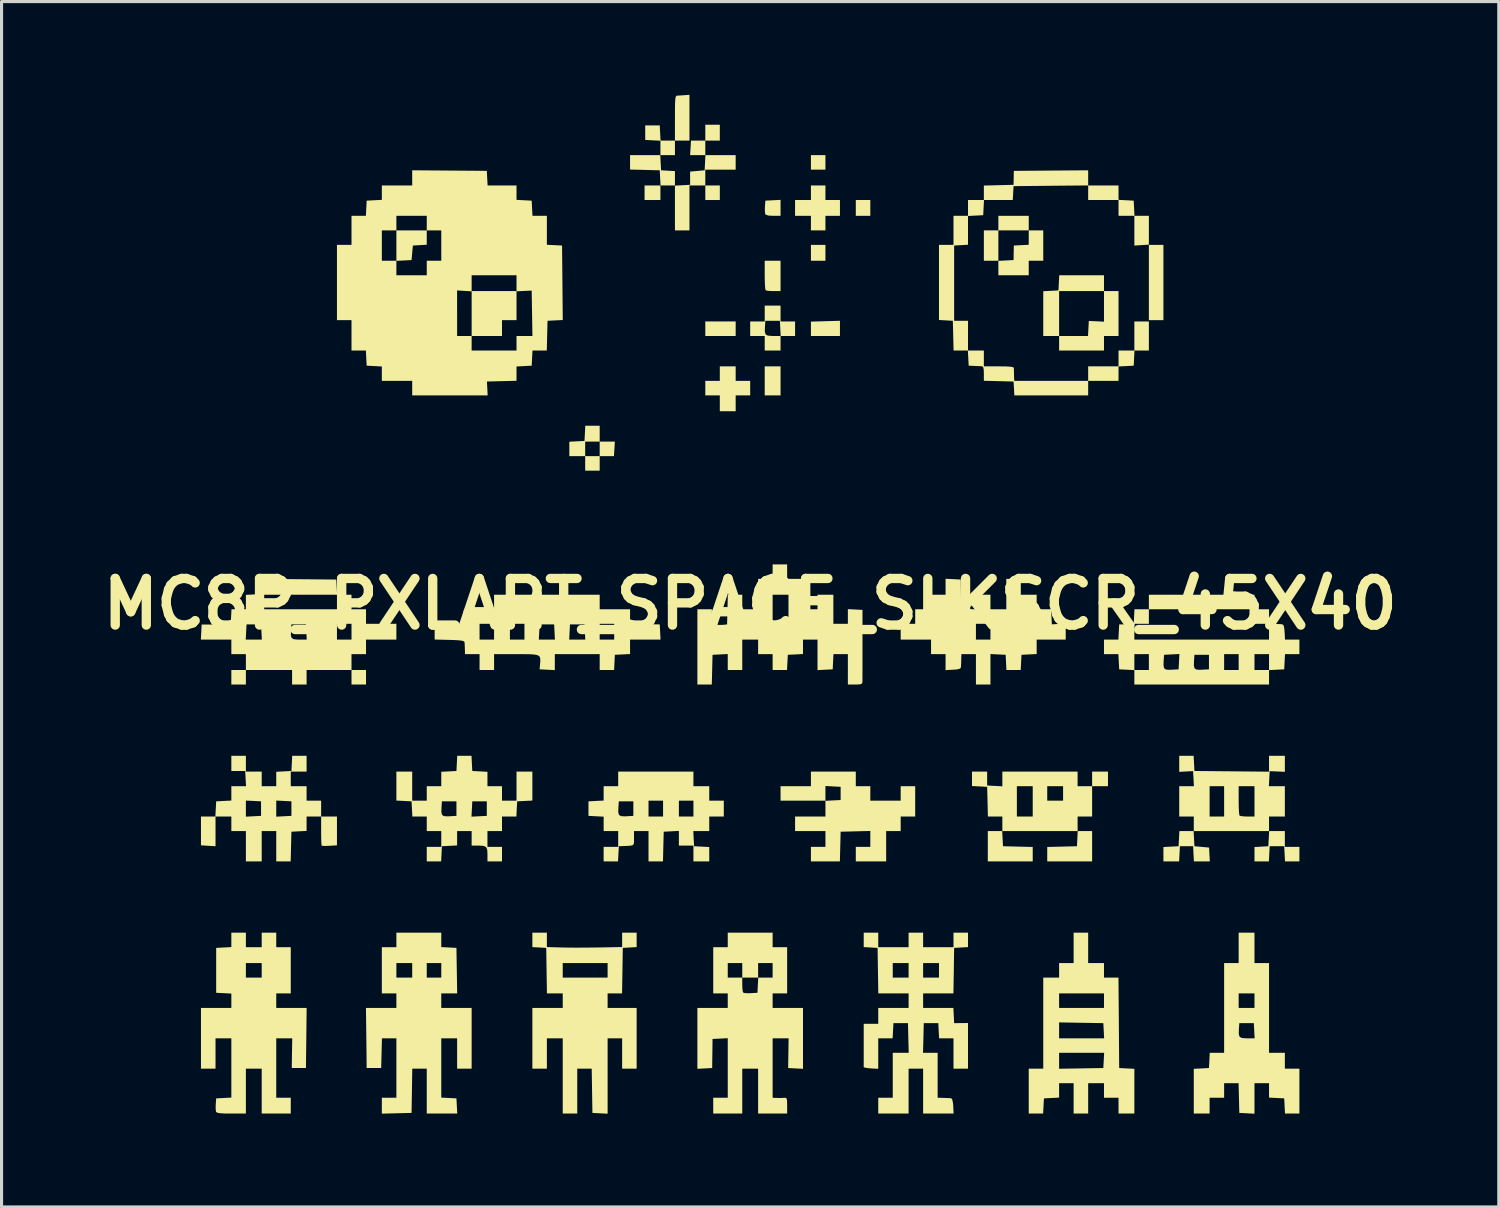
<source format=kicad_pcb>
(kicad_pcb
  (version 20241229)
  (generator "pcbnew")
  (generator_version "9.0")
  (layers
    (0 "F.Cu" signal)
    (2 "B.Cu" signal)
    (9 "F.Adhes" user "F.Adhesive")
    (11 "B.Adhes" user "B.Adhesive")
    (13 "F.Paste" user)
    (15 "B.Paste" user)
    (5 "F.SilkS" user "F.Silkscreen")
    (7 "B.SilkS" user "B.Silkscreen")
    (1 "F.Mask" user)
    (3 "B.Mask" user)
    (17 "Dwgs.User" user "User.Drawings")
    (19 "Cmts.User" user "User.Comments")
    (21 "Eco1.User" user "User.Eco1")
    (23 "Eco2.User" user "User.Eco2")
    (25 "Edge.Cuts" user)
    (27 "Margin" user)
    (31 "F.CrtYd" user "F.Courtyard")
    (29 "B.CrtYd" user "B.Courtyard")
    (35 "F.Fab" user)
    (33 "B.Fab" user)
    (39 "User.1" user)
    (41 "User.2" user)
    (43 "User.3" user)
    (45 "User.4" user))
  (footprint "MC8P_PXLART_SPACE_SLKSCR_45X40"
    (layer "F.Cu")
    (at 21.086 16.382)
    (property "Reference" "MC8P_PXLART_SPACE_SLKSCR_45X40" (at 0 0 0) (layer "F.SilkS") (effects (font (size 1.5 1.5) (thickness 0.3))))
    (attr board_only exclude_from_pos_files exclude_from_bom)
    (fp_poly (pts (xy -12.36 2.357) (xy -12.36 2.591) (xy -12.594 2.591) (xy -12.827 2.591) (xy -12.827 2.357) (xy -12.827 2.124) (xy -12.594 2.124) (xy -12.36 2.124)) (stroke (width 0) (type solid)) (fill yes) (layer "F.SilkS"))
    (fp_poly (pts (xy -2.888 -13.231) (xy -2.888 -12.997) (xy -3.143 -12.997) (xy -3.398 -12.997) (xy -3.398 -13.231) (xy -3.398 -13.465) (xy -3.141 -13.465) (xy -2.888 -13.465)) (stroke (width 0) (type solid)) (fill yes) (layer "F.SilkS"))
    (fp_poly (pts (xy -0.977 -13.231) (xy -0.977 -12.997) (xy -1.211 -12.997) (xy -1.444 -12.997) (xy -1.444 -13.231) (xy -1.444 -13.465) (xy -1.211 -13.465) (xy -0.977 -13.465)) (stroke (width 0) (type solid)) (fill yes) (layer "F.SilkS"))
    (fp_poly (pts (xy -0.467 -8.856) (xy -0.467 -8.622) (xy -0.956 -8.622) (xy -1.444 -8.622) (xy -1.444 -8.856) (xy -1.444 -9.09) (xy -0.956 -9.09) (xy -0.467 -9.09)) (stroke (width 0) (type solid)) (fill yes) (layer "F.SilkS"))
    (fp_poly (pts (xy 0.977 -7.178) (xy 0.977 -6.711) (xy 0.722 -6.711) (xy 0.467 -6.711) (xy 0.467 -7.178) (xy 0.467 -7.645) (xy 0.722 -7.645) (xy 0.977 -7.645)) (stroke (width 0) (type solid)) (fill yes) (layer "F.SilkS"))
    (fp_poly (pts (xy 2.421 -14.208) (xy 2.421 -13.974) (xy 2.187 -13.974) (xy 1.954 -13.974) (xy 1.954 -14.208) (xy 1.954 -14.441) (xy 2.187 -14.441) (xy 2.421 -14.441)) (stroke (width 0) (type solid)) (fill yes) (layer "F.SilkS"))
    (fp_poly (pts (xy 2.421 -11.298) (xy 2.421 -11.043) (xy 2.187 -11.043) (xy 1.954 -11.043) (xy 1.954 -11.298) (xy 1.954 -11.553) (xy 2.187 -11.553) (xy 2.421 -11.553)) (stroke (width 0) (type solid)) (fill yes) (layer "F.SilkS"))
    (fp_poly (pts (xy 2.888 -8.867) (xy 2.888 -8.622) (xy 2.421 -8.622) (xy 1.954 -8.622) (xy 1.954 -8.853) (xy 1.954 -9.084) (xy 2.421 -9.098) (xy 2.888 -9.111)) (stroke (width 0) (type solid)) (fill yes) (layer "F.SilkS"))
    (fp_poly (pts (xy 3.865 -12.742) (xy 3.865 -12.488) (xy 3.632 -12.488) (xy 3.398 -12.488) (xy 3.398 -12.742) (xy 3.398 -12.997) (xy 3.632 -12.997) (xy 3.865 -12.997)) (stroke (width 0) (type solid)) (fill yes) (layer "F.SilkS"))
    (fp_poly (pts (xy 13.295 -10.343) (xy 13.295 -9.132) (xy 13.061 -9.132) (xy 12.827 -9.132) (xy 12.827 -10.347) (xy 12.827 -11.553) (xy 13.061 -11.553) (xy 13.295 -11.553)) (stroke (width 0) (type solid)) (fill yes) (layer "F.SilkS"))
    (fp_poly (pts (xy -10.406 -11.789) (xy -10.406 -11.558) (xy -10.629 -11.545) (xy -10.852 -11.532) (xy -10.874 -11.298) (xy -10.895 -11.065) (xy -11.139 -11.052) (xy -11.383 -11.039) (xy -11.383 -11.53) (xy -11.383 -12.02) (xy -10.895 -12.02) (xy -10.406 -12.02)) (stroke (width 0) (type solid)) (fill yes) (layer "F.SilkS"))
    (fp_poly (pts (xy -7.518 -9.599) (xy -7.518 -9.132) (xy -7.752 -9.132) (xy -7.985 -9.132) (xy -7.985 -8.877) (xy -7.985 -8.622) (xy -8.474 -8.622) (xy -8.962 -8.622) (xy -8.962 -9.344) (xy -8.962 -10.067) (xy -8.24 -10.067) (xy -7.518 -10.067)) (stroke (width 0) (type solid)) (fill yes) (layer "F.SilkS"))
    (fp_poly (pts (xy 0.977 -12.745) (xy 0.977 -12.488) (xy 0.742 -12.488) (xy 0.582 -12.497) (xy 0.498 -12.528) (xy 0.484 -12.546) (xy 0.473 -12.623) (xy 0.473 -12.745) (xy 0.475 -12.791) (xy 0.488 -12.976) (xy 0.733 -12.989) (xy 0.977 -13.002)) (stroke (width 0) (type solid)) (fill yes) (layer "F.SilkS"))
    (fp_poly (pts (xy 8.121 7.55) (xy 8.134 7.794) (xy 8.612 7.806) (xy 9.09 7.818) (xy 9.09 8.05) (xy 9.09 8.283) (xy 8.368 8.283) (xy 7.645 8.283) (xy 7.645 7.794) (xy 7.645 7.306) (xy 7.879 7.306) (xy 8.108 7.306)) (stroke (width 0) (type solid)) (fill yes) (layer "F.SilkS"))
    (fp_poly (pts (xy 11.001 7.794) (xy 11.001 8.283) (xy 10.279 8.283) (xy 9.557 8.283) (xy 9.557 8.05) (xy 9.557 7.818) (xy 10.035 7.806) (xy 10.513 7.794) (xy 10.525 7.55) (xy 10.538 7.306) (xy 10.767 7.306) (xy 11.001 7.306)) (stroke (width 0) (type solid)) (fill yes) (layer "F.SilkS"))
    (fp_poly (pts (xy -13.295 7.302) (xy -13.295 7.765) (xy -13.532 7.78) (xy -13.665 7.785) (xy -13.758 7.782) (xy -13.787 7.776) (xy -13.794 7.729) (xy -13.8 7.615) (xy -13.803 7.453) (xy -13.804 7.299) (xy -13.804 6.838) (xy -13.549 6.838) (xy -13.295 6.838)) (stroke (width 0) (type solid)) (fill yes) (layer "F.SilkS"))
    (fp_poly (pts (xy 0.977 -10.555) (xy 0.977 -10.067) (xy 0.75 -10.067) (xy 0.618 -10.071) (xy 0.523 -10.084) (xy 0.496 -10.095) (xy 0.484 -10.147) (xy 0.475 -10.264) (xy 0.469 -10.43) (xy 0.467 -10.583) (xy 0.467 -11.043) (xy 0.722 -11.043) (xy 0.977 -11.043)) (stroke (width 0) (type solid)) (fill yes) (layer "F.SilkS"))
    (fp_poly (pts (xy -2.88 -14.197) (xy -2.867 -13.953) (xy -2.644 -13.94) (xy -2.421 -13.927) (xy -2.421 -13.694) (xy -2.421 -13.465) (xy -2.655 -13.465) (xy -2.884 -13.465) (xy -2.897 -13.709) (xy -2.91 -13.953) (xy -3.387 -13.965) (xy -3.865 -13.977) (xy -3.865 -14.209) (xy -3.865 -14.441) (xy -3.377 -14.441) (xy -2.893 -14.441)) (stroke (width 0) (type solid)) (fill yes) (layer "F.SilkS"))
    (fp_poly (pts (xy 8.962 -12.254) (xy 8.962 -12.02) (xy 8.474 -12.02) (xy 7.985 -12.02) (xy 7.985 -11.53) (xy 7.985 -11.043) (xy 7.752 -11.043) (xy 7.518 -11.043) (xy 7.518 -11.532) (xy 7.518 -12.02) (xy 7.752 -12.02) (xy 7.985 -12.02) (xy 7.985 -12.254) (xy 7.985 -12.488) (xy 8.474 -12.488) (xy 8.962 -12.488)) (stroke (width 0) (type solid)) (fill yes) (layer "F.SilkS"))
    (fp_poly (pts (xy 9.429 -11.532) (xy 9.429 -11.043) (xy 9.196 -11.043) (xy 8.962 -11.043) (xy 8.962 -10.81) (xy 8.962 -10.576) (xy 8.474 -10.576) (xy 7.985 -10.576) (xy 7.985 -10.81) (xy 7.985 -11.039) (xy 8.23 -11.052) (xy 8.474 -11.065) (xy 8.478 -11.298) (xy 8.482 -11.532) (xy 8.722 -11.545) (xy 8.962 -11.557) (xy 8.962 -11.789) (xy 8.962 -12.02) (xy 9.196 -12.02) (xy 9.429 -12.02)) (stroke (width 0) (type solid)) (fill yes) (layer "F.SilkS"))
    (fp_poly (pts (xy -0.467 -7.412) (xy -0.467 -7.178) (xy -0.234 -7.178) (xy -0.000001 -7.178) (xy -0.000001 -6.945) (xy -0.000001 -6.711) (xy -0.234 -6.711) (xy -0.467 -6.711) (xy -0.467 -6.456) (xy -0.467 -6.201) (xy -0.722 -6.201) (xy -0.977 -6.201) (xy -0.977 -6.456) (xy -0.977 -6.711) (xy -1.211 -6.711) (xy -1.444 -6.711) (xy -1.444 -6.945) (xy -1.444 -7.178) (xy -1.211 -7.178) (xy -0.977 -7.178) (xy -0.977 -7.412) (xy -0.977 -7.645) (xy -0.722 -7.645) (xy -0.467 -7.645)) (stroke (width 0) (type solid)) (fill yes) (layer "F.SilkS"))
    (fp_poly (pts (xy 2.421 -13.231) (xy 2.421 -12.997) (xy 2.655 -12.997) (xy 2.888 -12.997) (xy 2.888 -12.742) (xy 2.888 -12.488) (xy 2.655 -12.488) (xy 2.421 -12.488) (xy 2.421 -12.254) (xy 2.421 -12.02) (xy 2.187 -12.02) (xy 1.954 -12.02) (xy 1.954 -12.254) (xy 1.954 -12.488) (xy 1.699 -12.488) (xy 1.444 -12.488) (xy 1.444 -12.742) (xy 1.444 -12.997) (xy 1.699 -12.997) (xy 1.954 -12.997) (xy 1.954 -13.231) (xy 1.954 -13.465) (xy 2.187 -13.465) (xy 2.421 -13.465)) (stroke (width 0) (type solid)) (fill yes) (layer "F.SilkS"))
    (fp_poly (pts (xy 14.28 7.55) (xy 14.293 7.794) (xy 14.529 7.815) (xy 14.764 7.837) (xy 14.776 8.06) (xy 14.788 8.283) (xy 14.532 8.283) (xy 14.276 8.283) (xy 14.263 8.038) (xy 14.25 7.794) (xy 14.038 7.794) (xy 13.826 7.794) (xy 13.813 8.038) (xy 13.8 8.283) (xy 13.547 8.283) (xy 13.295 8.283) (xy 13.295 8.051) (xy 13.295 7.82) (xy 13.539 7.807) (xy 13.783 7.794) (xy 13.796 7.55) (xy 13.809 7.306) (xy 14.04 7.306) (xy 14.267 7.306)) (stroke (width 0) (type solid)) (fill yes) (layer "F.SilkS"))
    (fp_poly (pts (xy 17.202 7.561) (xy 17.202 7.815) (xy 17.436 7.815) (xy 17.67 7.815) (xy 17.67 8.049) (xy 17.67 8.283) (xy 17.438 8.283) (xy 17.207 8.283) (xy 17.194 8.038) (xy 17.181 7.794) (xy 16.947 7.794) (xy 16.714 7.794) (xy 16.701 8.038) (xy 16.688 8.283) (xy 16.457 8.283) (xy 16.225 8.283) (xy 16.225 8.051) (xy 16.225 7.82) (xy 16.448 7.807) (xy 16.671 7.794) (xy 16.684 7.55) (xy 16.697 7.306) (xy 16.947 7.306) (xy 17.202 7.306)) (stroke (width 0) (type solid)) (fill yes) (layer "F.SilkS"))
    (fp_poly (pts (xy -1.954 -15.645) (xy -1.954 -14.909) (xy -2.187 -14.909) (xy -2.421 -14.909) (xy -2.421 -14.675) (xy -2.421 -14.441) (xy -2.657 -14.441) (xy -2.888 -14.441) (xy -2.888 -14.673) (xy -2.888 -14.904) (xy -3.133 -14.917) (xy -3.377 -14.93) (xy -3.377 -15.164) (xy -3.377 -15.397) (xy -3.143 -15.397) (xy -2.91 -15.397) (xy -2.897 -15.153) (xy -2.884 -14.909) (xy -2.653 -14.909) (xy -2.421 -14.909) (xy -2.421 -15.631) (xy -2.42 -15.895) (xy -2.418 -16.086) (xy -2.411 -16.216) (xy -2.401 -16.296) (xy -2.384 -16.338) (xy -2.361 -16.354) (xy -2.347 -16.355) (xy -2.255 -16.36) (xy -2.13 -16.369) (xy -2.113 -16.37) (xy -1.954 -16.382)) (stroke (width 0) (type solid)) (fill yes) (layer "F.SilkS"))
    (fp_poly (pts (xy -4.842 -5.479) (xy -4.842 -5.224) (xy -4.598 -5.224) (xy -4.354 -5.225) (xy -4.368 -4.991) (xy -4.383 -4.757) (xy -4.612 -4.757) (xy -4.842 -4.757) (xy -4.842 -4.524) (xy -4.842 -4.29) (xy -5.076 -4.29) (xy -5.309 -4.29) (xy -5.309 -4.524) (xy -5.309 -4.757) (xy -5.564 -4.757) (xy -5.819 -4.757) (xy -5.819 -4.989) (xy -5.819 -4.991) (xy -5.309 -4.991) (xy -5.309 -4.757) (xy -5.076 -4.757) (xy -4.842 -4.757) (xy -4.842 -4.991) (xy -4.842 -5.224) (xy -5.076 -5.224) (xy -5.309 -5.224) (xy -5.309 -4.991) (xy -5.819 -4.991) (xy -5.819 -5.22) (xy -5.575 -5.233) (xy -5.331 -5.246) (xy -5.318 -5.49) (xy -5.305 -5.734) (xy -5.074 -5.734) (xy -4.842 -5.734)) (stroke (width 0) (type solid)) (fill yes) (layer "F.SilkS"))
    (fp_poly (pts (xy 0.977 -9.344) (xy 0.977 -9.09) (xy 1.211 -9.09) (xy 1.444 -9.09) (xy 1.444 -8.856) (xy 1.444 -8.622) (xy 1.211 -8.622) (xy 0.981 -8.622) (xy 0.968 -8.867) (xy 0.956 -9.111) (xy 0.722 -9.111) (xy 0.488 -9.111) (xy 0.475 -8.925) (xy 0.47 -8.769) (xy 0.494 -8.678) (xy 0.563 -8.635) (xy 0.692 -8.623) (xy 0.744 -8.622) (xy 0.977 -8.622) (xy 0.977 -8.389) (xy 0.977 -8.155) (xy 0.722 -8.155) (xy 0.467 -8.155) (xy 0.467 -8.389) (xy 0.467 -8.622) (xy 0.234 -8.622) (xy -0.000001 -8.622) (xy -0.000001 -8.856) (xy -0.000001 -9.09) (xy 0.234 -9.09) (xy 0.467 -9.09) (xy 0.467 -9.344) (xy 0.467 -9.599) (xy 0.722 -9.599) (xy 0.977 -9.599)) (stroke (width 0) (type solid)) (fill yes) (layer "F.SilkS"))
    (fp_poly (pts (xy 11.383 -10.321) (xy 11.383 -10.067) (xy 10.661 -10.067) (xy 9.939 -10.067) (xy 9.939 -9.344) (xy 9.939 -8.622) (xy 10.404 -8.622) (xy 10.869 -8.622) (xy 10.882 -8.864) (xy 10.895 -9.106) (xy 11.139 -9.095) (xy 11.383 -9.083) (xy 11.383 -9.575) (xy 11.383 -10.067) (xy 11.617 -10.067) (xy 11.851 -10.067) (xy 11.851 -9.344) (xy 11.851 -8.622) (xy 11.617 -8.622) (xy 11.383 -8.622) (xy 11.383 -8.389) (xy 11.383 -8.155) (xy 10.661 -8.155) (xy 9.939 -8.155) (xy 9.939 -8.389) (xy 9.939 -8.622) (xy 9.684 -8.622) (xy 9.429 -8.622) (xy 9.429 -9.342) (xy 9.429 -10.062) (xy 9.674 -10.075) (xy 9.918 -10.088) (xy 9.931 -10.332) (xy 9.943 -10.576) (xy 10.663 -10.576) (xy 11.383 -10.576)) (stroke (width 0) (type solid)) (fill yes) (layer "F.SilkS"))
    (fp_poly (pts (xy -0.977 -15.164) (xy -0.977 -14.909) (xy -1.211 -14.909) (xy -1.444 -14.909) (xy -1.444 -14.675) (xy -1.444 -14.441) (xy -0.956 -14.441) (xy -0.467 -14.441) (xy -0.467 -14.208) (xy -0.467 -13.974) (xy -0.956 -13.974) (xy -1.444 -13.974) (xy -1.444 -13.719) (xy -1.444 -13.465) (xy -1.699 -13.465) (xy -1.954 -13.465) (xy -1.954 -12.742) (xy -1.954 -12.02) (xy -2.187 -12.02) (xy -2.421 -12.02) (xy -2.421 -12.742) (xy -2.421 -13.46) (xy -2.177 -13.473) (xy -1.933 -13.486) (xy -1.933 -13.698) (xy -1.933 -13.911) (xy -1.699 -13.932) (xy -1.465 -13.953) (xy -1.453 -14.197) (xy -1.44 -14.441) (xy -1.686 -14.441) (xy -1.933 -14.441) (xy -1.918 -14.675) (xy -1.904 -14.909) (xy -1.674 -14.909) (xy -1.444 -14.909) (xy -1.444 -15.164) (xy -1.444 -15.418) (xy -1.211 -15.418) (xy -0.977 -15.418)) (stroke (width 0) (type solid)) (fill yes) (layer "F.SilkS"))
    (fp_poly (pts (xy 7.624 5.617) (xy 7.624 5.84) (xy 7.868 5.853) (xy 8.113 5.866) (xy 8.113 5.63) (xy 8.113 5.394) (xy 9.323 5.394) (xy 10.534 5.394) (xy 10.534 5.628) (xy 10.534 5.862) (xy 10.767 5.862) (xy 11.001 5.862) (xy 11.001 5.628) (xy 11.001 5.394) (xy 11.256 5.394) (xy 11.511 5.394) (xy 11.511 5.628) (xy 11.511 5.862) (xy 11.256 5.862) (xy 11.001 5.862) (xy 11.001 6.35) (xy 11.001 6.838) (xy 10.767 6.838) (xy 10.534 6.838) (xy 10.534 7.072) (xy 10.534 7.306) (xy 9.323 7.306) (xy 8.113 7.306) (xy 8.113 7.072) (xy 8.113 6.838) (xy 7.88 6.838) (xy 7.648 6.838) (xy 7.636 6.361) (xy 7.636 6.35) (xy 8.58 6.35) (xy 8.58 6.838) (xy 8.835 6.838) (xy 9.09 6.838) (xy 9.09 6.35) (xy 9.09 6.095) (xy 9.557 6.095) (xy 9.557 6.329) (xy 9.812 6.329) (xy 10.067 6.329) (xy 10.067 6.095) (xy 10.067 5.862) (xy 9.812 5.862) (xy 9.557 5.862) (xy 9.557 6.095) (xy 9.09 6.095) (xy 9.09 5.862) (xy 8.835 5.862) (xy 8.58 5.862) (xy 8.58 6.35) (xy 7.636 6.35) (xy 7.624 5.883) (xy 7.38 5.87) (xy 7.136 5.857) (xy 7.136 5.626) (xy 7.136 5.394) (xy 7.38 5.394) (xy 7.624 5.394)) (stroke (width 0) (type solid)) (fill yes) (layer "F.SilkS"))
    (fp_poly (pts (xy 14.28 5.129) (xy 14.293 5.373) (xy 15.493 5.384) (xy 16.693 5.396) (xy 16.693 5.14) (xy 16.693 4.885) (xy 16.947 4.885) (xy 17.202 4.885) (xy 17.202 5.143) (xy 17.202 5.4) (xy 16.958 5.389) (xy 16.714 5.378) (xy 16.701 5.62) (xy 16.688 5.862) (xy 16.945 5.862) (xy 17.202 5.862) (xy 17.202 6.35) (xy 17.202 6.838) (xy 16.947 6.838) (xy 16.693 6.838) (xy 16.693 7.072) (xy 16.693 7.306) (xy 15.482 7.306) (xy 14.272 7.306) (xy 14.272 7.072) (xy 14.272 6.838) (xy 14.038 6.838) (xy 13.804 6.838) (xy 13.804 6.35) (xy 14.781 6.35) (xy 14.781 6.838) (xy 15.015 6.838) (xy 15.248 6.838) (xy 15.248 6.35) (xy 15.248 6.322) (xy 15.716 6.322) (xy 15.718 6.512) (xy 15.725 6.669) (xy 15.735 6.775) (xy 15.744 6.81) (xy 15.799 6.826) (xy 15.911 6.836) (xy 15.999 6.838) (xy 16.225 6.838) (xy 16.225 6.35) (xy 16.225 5.862) (xy 15.971 5.862) (xy 15.716 5.862) (xy 15.716 6.322) (xy 15.248 6.322) (xy 15.248 5.862) (xy 15.015 5.862) (xy 14.781 5.862) (xy 14.781 6.35) (xy 13.804 6.35) (xy 13.804 5.862) (xy 14.04 5.862) (xy 14.276 5.862) (xy 14.263 5.619) (xy 14.25 5.377) (xy 14.027 5.389) (xy 13.804 5.401) (xy 13.804 5.143) (xy 13.804 4.885) (xy 14.036 4.885) (xy 14.267 4.885)) (stroke (width 0) (type solid)) (fill yes) (layer "F.SilkS"))
    (fp_poly (pts (xy 3.398 5.628) (xy 3.398 5.862) (xy 3.632 5.862) (xy 3.865 5.862) (xy 3.865 6.095) (xy 3.865 6.329) (xy 4.354 6.329) (xy 4.842 6.329) (xy 4.842 6.095) (xy 4.842 5.862) (xy 5.076 5.862) (xy 5.309 5.862) (xy 5.309 6.35) (xy 5.309 6.838) (xy 5.076 6.838) (xy 4.842 6.838) (xy 4.842 7.072) (xy 4.842 7.306) (xy 4.609 7.306) (xy 4.375 7.306) (xy 4.375 7.794) (xy 4.375 8.283) (xy 3.886 8.283) (xy 3.398 8.283) (xy 3.398 8.049) (xy 3.398 7.815) (xy 3.632 7.815) (xy 3.865 7.815) (xy 3.865 7.559) (xy 3.865 7.303) (xy 3.387 7.315) (xy 2.91 7.327) (xy 2.898 7.805) (xy 2.886 8.283) (xy 2.42 8.283) (xy 1.954 8.283) (xy 1.954 8.049) (xy 1.954 7.815) (xy 2.187 7.815) (xy 2.421 7.815) (xy 2.421 7.561) (xy 2.421 7.306) (xy 1.933 7.306) (xy 1.444 7.306) (xy 1.444 7.072) (xy 1.444 6.838) (xy 1.933 6.838) (xy 2.421 6.838) (xy 2.421 6.584) (xy 2.421 6.333) (xy 2.665 6.32) (xy 2.91 6.308) (xy 2.91 6.095) (xy 2.91 5.883) (xy 2.665 5.87) (xy 2.421 5.857) (xy 2.421 6.095) (xy 2.421 6.329) (xy 1.699 6.329) (xy 0.977 6.329) (xy 0.977 6.095) (xy 0.977 5.862) (xy 1.465 5.862) (xy 1.954 5.862) (xy 1.954 5.628) (xy 1.954 5.394) (xy 2.676 5.394) (xy 3.398 5.394)) (stroke (width 0) (type solid)) (fill yes) (layer "F.SilkS"))
    (fp_poly (pts (xy -6.541 10.807) (xy -6.541 11.038) (xy -6.085 11.051) (xy -5.881 11.055) (xy -5.62 11.057) (xy -5.327 11.056) (xy -5.03 11.053) (xy -4.874 11.051) (xy -4.12 11.037) (xy -4.12 10.806) (xy -4.12 10.576) (xy -3.886 10.576) (xy -3.653 10.576) (xy -3.653 10.808) (xy -3.653 11.039) (xy -3.876 11.052) (xy -4.099 11.065) (xy -4.11 11.797) (xy -4.122 12.53) (xy -4.355 12.53) (xy -4.587 12.53) (xy -4.587 12.764) (xy -4.587 12.997) (xy -4.12 12.997) (xy -3.653 12.997) (xy -3.653 13.974) (xy -3.653 14.951) (xy -3.886 14.951) (xy -4.12 14.951) (xy -4.12 14.463) (xy -4.12 13.974) (xy -4.354 13.974) (xy -4.587 13.974) (xy -4.587 15.187) (xy -4.587 16.4) (xy -4.832 16.387) (xy -5.076 16.374) (xy -5.087 15.663) (xy -5.099 14.951) (xy -5.332 14.951) (xy -5.564 14.951) (xy -5.564 15.673) (xy -5.564 16.395) (xy -5.798 16.395) (xy -6.031 16.395) (xy -6.031 15.185) (xy -6.031 13.974) (xy -6.286 13.974) (xy -6.541 13.974) (xy -6.541 14.463) (xy -6.541 14.951) (xy -6.775 14.951) (xy -7.008 14.951) (xy -7.008 13.974) (xy -7.008 12.997) (xy -6.52 12.997) (xy -6.031 12.997) (xy -6.031 12.764) (xy -6.031 12.53) (xy -6.285 12.53) (xy -6.539 12.53) (xy -6.551 11.797) (xy -6.551 11.787) (xy -6.031 11.787) (xy -6.031 12.02) (xy -5.309 12.02) (xy -4.587 12.02) (xy -4.587 11.787) (xy -4.587 11.553) (xy -5.309 11.553) (xy -6.031 11.553) (xy -6.031 11.787) (xy -6.551 11.787) (xy -6.562 11.065) (xy -6.785 11.052) (xy -7.008 11.039) (xy -7.008 10.808) (xy -7.008 10.576) (xy -6.775 10.576) (xy -6.541 10.576)) (stroke (width 0) (type solid)) (fill yes) (layer "F.SilkS"))
    (fp_poly (pts (xy 16.225 11.065) (xy 16.225 11.553) (xy 16.459 11.553) (xy 16.693 11.553) (xy 16.693 12.997) (xy 16.693 14.441) (xy 16.947 14.441) (xy 17.202 14.441) (xy 17.202 14.696) (xy 17.202 14.951) (xy 17.436 14.951) (xy 17.67 14.951) (xy 17.67 15.673) (xy 17.67 16.395) (xy 17.438 16.395) (xy 17.207 16.395) (xy 17.194 16.151) (xy 17.181 15.907) (xy 16.937 15.894) (xy 16.693 15.881) (xy 16.693 15.65) (xy 16.693 15.418) (xy 16.459 15.418) (xy 16.225 15.418) (xy 16.225 15.909) (xy 16.225 16.4) (xy 15.981 16.387) (xy 15.737 16.374) (xy 15.725 15.896) (xy 15.713 15.418) (xy 15.481 15.418) (xy 15.248 15.418) (xy 15.248 15.652) (xy 15.248 15.886) (xy 15.015 15.886) (xy 14.781 15.886) (xy 14.781 16.14) (xy 14.781 16.395) (xy 14.526 16.395) (xy 14.272 16.395) (xy 14.272 15.675) (xy 14.272 14.955) (xy 14.516 14.943) (xy 14.76 14.93) (xy 14.773 14.686) (xy 14.786 14.441) (xy 15.017 14.441) (xy 15.248 14.441) (xy 15.248 13.828) (xy 15.719 13.828) (xy 15.743 13.919) (xy 15.811 13.962) (xy 15.941 13.974) (xy 15.993 13.974) (xy 16.23 13.974) (xy 16.217 13.73) (xy 16.204 13.486) (xy 15.971 13.486) (xy 15.737 13.486) (xy 15.724 13.671) (xy 15.719 13.828) (xy 15.248 13.828) (xy 15.248 12.997) (xy 15.248 12.764) (xy 15.716 12.764) (xy 15.716 12.997) (xy 15.971 12.997) (xy 16.225 12.997) (xy 16.225 12.764) (xy 16.225 12.53) (xy 15.971 12.53) (xy 15.716 12.53) (xy 15.716 12.764) (xy 15.248 12.764) (xy 15.248 11.553) (xy 15.482 11.553) (xy 15.716 11.553) (xy 15.716 11.065) (xy 15.716 10.576) (xy 15.971 10.576) (xy 16.225 10.576)) (stroke (width 0) (type solid)) (fill yes) (layer "F.SilkS"))
    (fp_poly (pts (xy -9.939 10.808) (xy -9.939 11.039) (xy -9.695 11.052) (xy -9.451 11.065) (xy -9.439 11.797) (xy -9.427 12.53) (xy -9.683 12.53) (xy -9.939 12.53) (xy -9.939 12.764) (xy -9.939 12.997) (xy -9.451 12.997) (xy -8.962 12.997) (xy -8.962 13.974) (xy -8.962 14.951) (xy -9.196 14.951) (xy -9.429 14.951) (xy -9.429 14.463) (xy -9.429 13.974) (xy -9.684 13.974) (xy -9.939 13.974) (xy -9.939 14.928) (xy -9.939 15.881) (xy -9.695 15.894) (xy -9.451 15.907) (xy -9.438 16.151) (xy -9.425 16.395) (xy -9.916 16.395) (xy -10.406 16.395) (xy -10.406 15.673) (xy -10.406 14.951) (xy -10.639 14.951) (xy -10.872 14.951) (xy -10.883 15.663) (xy -10.895 16.374) (xy -11.373 16.386) (xy -11.851 16.398) (xy -11.851 16.142) (xy -11.851 15.886) (xy -11.617 15.886) (xy -11.383 15.886) (xy -11.383 14.93) (xy -11.383 13.974) (xy -11.615 13.974) (xy -11.848 13.974) (xy -11.86 14.452) (xy -11.872 14.93) (xy -12.105 14.93) (xy -12.339 14.93) (xy -12.35 13.964) (xy -12.362 12.997) (xy -11.873 12.997) (xy -11.383 12.997) (xy -11.383 12.764) (xy -11.383 12.53) (xy -11.617 12.53) (xy -11.851 12.53) (xy -11.851 11.787) (xy -11.383 11.787) (xy -11.383 12.02) (xy -11.128 12.02) (xy -10.874 12.02) (xy -10.874 11.787) (xy -10.406 11.787) (xy -10.406 12.02) (xy -10.173 12.02) (xy -9.939 12.02) (xy -9.939 11.787) (xy -9.939 11.553) (xy -10.173 11.553) (xy -10.406 11.553) (xy -10.406 11.787) (xy -10.874 11.787) (xy -10.874 11.553) (xy -11.128 11.553) (xy -11.383 11.553) (xy -11.383 11.787) (xy -11.851 11.787) (xy -11.851 11.043) (xy -11.617 11.043) (xy -11.383 11.043) (xy -11.383 10.81) (xy -11.383 10.576) (xy -10.661 10.576) (xy -9.939 10.576)) (stroke (width 0) (type solid)) (fill yes) (layer "F.SilkS"))
    (fp_poly (pts (xy -16.225 10.81) (xy -16.225 11.043) (xy -15.971 11.043) (xy -15.716 11.043) (xy -15.716 10.81) (xy -15.716 10.576) (xy -15.482 10.576) (xy -15.248 10.576) (xy -15.248 10.81) (xy -15.248 11.043) (xy -15.015 11.043) (xy -14.781 11.043) (xy -14.781 11.787) (xy -14.781 12.53) (xy -15.015 12.53) (xy -15.248 12.53) (xy -15.248 12.764) (xy -15.248 12.997) (xy -14.759 12.997) (xy -14.27 12.997) (xy -14.281 13.964) (xy -14.293 14.93) (xy -14.521 14.93) (xy -14.749 14.93) (xy -14.742 14.452) (xy -14.734 13.974) (xy -14.991 13.974) (xy -15.248 13.974) (xy -15.248 14.93) (xy -15.248 15.886) (xy -15.015 15.886) (xy -14.781 15.886) (xy -14.781 16.14) (xy -14.781 16.395) (xy -15.248 16.395) (xy -15.716 16.395) (xy -15.716 15.673) (xy -15.716 14.951) (xy -15.971 14.951) (xy -16.225 14.951) (xy -16.225 15.673) (xy -16.225 16.395) (xy -16.694 16.395) (xy -16.912 16.393) (xy -17.058 16.384) (xy -17.144 16.368) (xy -17.182 16.342) (xy -17.185 16.336) (xy -17.196 16.259) (xy -17.197 16.138) (xy -17.194 16.092) (xy -17.181 15.907) (xy -16.937 15.894) (xy -16.693 15.881) (xy -16.693 14.928) (xy -16.693 13.974) (xy -16.947 13.974) (xy -17.202 13.974) (xy -17.202 14.463) (xy -17.202 14.951) (xy -17.436 14.951) (xy -17.67 14.951) (xy -17.67 13.974) (xy -17.67 12.997) (xy -17.181 12.997) (xy -16.693 12.997) (xy -16.693 12.766) (xy -16.693 12.534) (xy -16.937 12.522) (xy -17.181 12.509) (xy -17.181 11.787) (xy -16.225 11.787) (xy -16.225 12.02) (xy -15.971 12.02) (xy -15.716 12.02) (xy -15.716 11.787) (xy -15.716 11.553) (xy -15.971 11.553) (xy -16.225 11.553) (xy -16.225 11.787) (xy -17.181 11.787) (xy -17.181 11.065) (xy -16.937 11.052) (xy -16.693 11.039) (xy -16.693 10.808) (xy -16.693 10.576) (xy -16.459 10.576) (xy -16.225 10.576)) (stroke (width 0) (type solid)) (fill yes) (layer "F.SilkS"))
    (fp_poly (pts (xy 10.874 11.065) (xy 10.874 11.553) (xy 11.128 11.553) (xy 11.383 11.553) (xy 11.383 11.787) (xy 11.383 12.02) (xy 11.616 12.02) (xy 11.849 12.02) (xy 11.861 13.475) (xy 11.872 14.93) (xy 12.116 14.943) (xy 12.36 14.955) (xy 12.36 15.675) (xy 12.36 16.395) (xy 12.105 16.395) (xy 11.851 16.395) (xy 11.851 16.14) (xy 11.851 15.886) (xy 11.617 15.886) (xy 11.383 15.886) (xy 11.383 15.652) (xy 11.383 15.418) (xy 11.128 15.418) (xy 10.874 15.418) (xy 10.874 15.907) (xy 10.874 16.395) (xy 10.64 16.395) (xy 10.406 16.395) (xy 10.406 15.907) (xy 10.406 15.418) (xy 10.173 15.418) (xy 9.939 15.418) (xy 9.939 15.65) (xy 9.939 15.881) (xy 9.695 15.894) (xy 9.451 15.907) (xy 9.438 16.151) (xy 9.425 16.395) (xy 9.194 16.395) (xy 8.962 16.395) (xy 8.962 15.673) (xy 8.962 14.951) (xy 9.196 14.951) (xy 9.429 14.951) (xy 9.429 14.697) (xy 9.939 14.697) (xy 9.939 14.953) (xy 10.651 14.942) (xy 11.362 14.93) (xy 11.375 14.686) (xy 11.388 14.441) (xy 10.663 14.441) (xy 9.939 14.441) (xy 9.939 14.697) (xy 9.429 14.697) (xy 9.429 13.718) (xy 9.939 13.718) (xy 9.939 13.974) (xy 10.663 13.974) (xy 11.388 13.974) (xy 11.375 13.73) (xy 11.362 13.486) (xy 10.651 13.474) (xy 9.939 13.462) (xy 9.939 13.718) (xy 9.429 13.718) (xy 9.429 13.486) (xy 9.429 12.764) (xy 9.939 12.764) (xy 9.939 12.997) (xy 10.661 12.997) (xy 11.383 12.997) (xy 11.383 12.764) (xy 11.383 12.53) (xy 10.661 12.53) (xy 9.939 12.53) (xy 9.939 12.764) (xy 9.429 12.764) (xy 9.429 12.02) (xy 9.684 12.02) (xy 9.939 12.02) (xy 9.939 11.787) (xy 9.939 11.553) (xy 10.173 11.553) (xy 10.406 11.553) (xy 10.406 11.065) (xy 10.406 10.576) (xy 10.64 10.576) (xy 10.874 10.576)) (stroke (width 0) (type solid)) (fill yes) (layer "F.SilkS"))
    (fp_poly (pts (xy 6.531 -0.799) (xy 6.775 -0.786) (xy 6.781 -0.319) (xy 6.787 0.149) (xy 7.025 0.161) (xy 7.263 0.174) (xy 7.263 -0.062) (xy 7.263 -0.297) (xy 7.497 -0.297) (xy 7.73 -0.297) (xy 7.73 -0.064) (xy 7.73 0.17) (xy 7.985 0.17) (xy 8.24 0.17) (xy 8.24 -0.319) (xy 8.24 -0.807) (xy 8.474 -0.807) (xy 8.707 -0.807) (xy 8.707 -0.552) (xy 8.707 -0.297) (xy 8.962 -0.297) (xy 9.217 -0.297) (xy 9.217 -0.064) (xy 9.217 0.17) (xy 9.449 0.17) (xy 9.68 0.17) (xy 9.693 0.412) (xy 9.706 0.655) (xy 9.929 0.643) (xy 10.152 0.631) (xy 10.152 0.889) (xy 10.152 1.147) (xy 9.684 1.147) (xy 9.217 1.147) (xy 9.217 1.378) (xy 9.217 1.61) (xy 8.973 1.623) (xy 8.729 1.635) (xy 8.716 1.88) (xy 8.703 2.124) (xy 8.474 2.124) (xy 8.244 2.124) (xy 8.232 1.88) (xy 8.219 1.635) (xy 7.975 1.623) (xy 7.73 1.61) (xy 7.73 2.1) (xy 7.73 2.591) (xy 7.497 2.591) (xy 7.263 2.591) (xy 7.263 2.103) (xy 7.263 1.614) (xy 7.03 1.614) (xy 6.796 1.614) (xy 6.791 1.795) (xy 6.787 1.923) (xy 6.782 2.021) (xy 6.78 2.039) (xy 6.751 2.079) (xy 6.662 2.104) (xy 6.531 2.115) (xy 6.286 2.128) (xy 6.286 1.871) (xy 6.286 1.614) (xy 6.053 1.614) (xy 5.819 1.614) (xy 5.819 1.38) (xy 5.819 1.147) (xy 5.331 1.147) (xy 4.842 1.147) (xy 4.842 0.892) (xy 7.263 0.892) (xy 7.263 1.147) (xy 7.497 1.147) (xy 7.73 1.147) (xy 7.73 0.892) (xy 7.73 0.637) (xy 7.497 0.637) (xy 7.263 0.637) (xy 7.263 0.892) (xy 4.842 0.892) (xy 4.842 0.637) (xy 5.076 0.637) (xy 5.309 0.637) (xy 5.309 0.404) (xy 5.309 0.17) (xy 5.564 0.17) (xy 5.819 0.17) (xy 5.819 -0.064) (xy 5.819 -0.297) (xy 6.053 -0.297) (xy 6.286 -0.297) (xy 6.286 -0.554) (xy 6.286 -0.811)) (stroke (width 0) (type solid)) (fill yes) (layer "F.SilkS"))
    (fp_poly (pts (xy 0.722 10.81) (xy 0.722 11.043) (xy 0.956 11.043) (xy 1.189 11.043) (xy 1.189 11.787) (xy 1.189 12.53) (xy 0.956 12.53) (xy 0.722 12.53) (xy 0.722 12.764) (xy 0.722 12.997) (xy 1.211 12.997) (xy 1.699 12.997) (xy 1.699 13.976) (xy 1.699 14.955) (xy 1.46 14.943) (xy 1.221 14.93) (xy 1.229 14.452) (xy 1.236 13.974) (xy 0.979 13.974) (xy 0.722 13.974) (xy 0.722 14.93) (xy 0.722 15.886) (xy 0.839 15.892) (xy 0.978 15.894) (xy 1.072 15.889) (xy 1.137 15.888) (xy 1.172 15.91) (xy 1.186 15.974) (xy 1.189 16.1) (xy 1.189 16.138) (xy 1.189 16.395) (xy 0.722 16.395) (xy 0.255 16.395) (xy 0.255 15.673) (xy 0.255 14.951) (xy -0.000001 14.951) (xy -0.255 14.951) (xy -0.255 15.673) (xy -0.255 16.395) (xy -0.722 16.395) (xy -1.189 16.395) (xy -1.189 16.14) (xy -1.189 15.886) (xy -0.956 15.886) (xy -0.722 15.886) (xy -0.722 14.928) (xy -0.722 13.97) (xy -0.966 13.983) (xy -1.211 13.995) (xy -1.217 14.463) (xy -1.223 14.93) (xy -1.461 14.943) (xy -1.699 14.955) (xy -1.699 13.976) (xy -1.699 12.997) (xy -1.211 12.997) (xy -0.722 12.997) (xy -0.722 12.764) (xy -0.722 12.53) (xy -0.956 12.53) (xy -1.189 12.53) (xy -1.189 11.787) (xy -0.722 11.787) (xy -0.722 12.02) (xy -0.488 12.02) (xy -0.255 12.02) (xy -0.255 12.247) (xy -0.25 12.38) (xy -0.236 12.475) (xy -0.225 12.504) (xy -0.168 12.519) (xy -0.057 12.524) (xy 0.02 12.521) (xy 0.234 12.509) (xy 0.246 12.265) (xy 0.259 12.02) (xy 0.491 12.02) (xy 0.722 12.02) (xy 0.722 11.787) (xy 0.722 11.553) (xy 0.488 11.553) (xy 0.255 11.553) (xy 0.255 11.787) (xy 0.255 12.02) (xy -0.000001 12.02) (xy -0.255 12.02) (xy -0.255 11.787) (xy -0.255 11.553) (xy -0.488 11.553) (xy -0.722 11.553) (xy -0.722 11.787) (xy -1.189 11.787) (xy -1.189 11.043) (xy -0.956 11.043) (xy -0.722 11.043) (xy -0.722 10.81) (xy -0.722 10.576) (xy -0.000001 10.576) (xy 0.722 10.576)) (stroke (width 0) (type solid)) (fill yes) (layer "F.SilkS"))
    (fp_poly (pts (xy -16.225 5.139) (xy -16.225 5.394) (xy -15.971 5.394) (xy -15.716 5.394) (xy -15.716 5.628) (xy -15.716 5.862) (xy -15.482 5.862) (xy -15.248 5.862) (xy -15.248 5.63) (xy -15.248 5.399) (xy -15.004 5.386) (xy -14.76 5.373) (xy -14.747 5.129) (xy -14.735 4.885) (xy -14.503 4.885) (xy -14.272 4.885) (xy -14.272 5.139) (xy -14.272 5.394) (xy -14.526 5.394) (xy -14.781 5.394) (xy -14.781 5.628) (xy -14.781 5.862) (xy -14.526 5.862) (xy -14.272 5.862) (xy -14.272 6.095) (xy -14.272 6.329) (xy -14.038 6.329) (xy -13.804 6.329) (xy -13.804 6.584) (xy -13.804 6.838) (xy -14.038 6.838) (xy -14.272 6.838) (xy -14.272 7.07) (xy -14.272 7.301) (xy -14.516 7.314) (xy -14.76 7.327) (xy -14.772 7.805) (xy -14.784 8.283) (xy -15.016 8.283) (xy -15.248 8.283) (xy -15.248 7.794) (xy -15.248 7.306) (xy -15.482 7.306) (xy -15.716 7.306) (xy -15.716 7.794) (xy -15.716 8.283) (xy -15.971 8.283) (xy -16.225 8.283) (xy -16.225 7.794) (xy -16.225 7.306) (xy -16.459 7.306) (xy -16.693 7.306) (xy -16.693 7.072) (xy -16.693 6.838) (xy -16.947 6.838) (xy -17.202 6.838) (xy -17.202 7.316) (xy -17.202 7.794) (xy -17.436 7.78) (xy -17.67 7.765) (xy -17.67 7.302) (xy -17.67 6.838) (xy -17.438 6.838) (xy -17.207 6.838) (xy -17.194 6.594) (xy -17.193 6.584) (xy -16.225 6.584) (xy -16.225 6.843) (xy -15.981 6.83) (xy -15.737 6.817) (xy -15.737 6.584) (xy -15.248 6.584) (xy -15.248 6.843) (xy -15.004 6.83) (xy -14.76 6.817) (xy -14.76 6.584) (xy -14.76 6.35) (xy -15.004 6.337) (xy -15.248 6.325) (xy -15.248 6.584) (xy -15.737 6.584) (xy -15.737 6.35) (xy -15.981 6.337) (xy -16.225 6.325) (xy -16.225 6.584) (xy -17.193 6.584) (xy -17.181 6.35) (xy -16.937 6.337) (xy -16.693 6.325) (xy -16.693 6.093) (xy -16.693 5.862) (xy -16.457 5.862) (xy -16.221 5.862) (xy -16.234 5.617) (xy -16.247 5.373) (xy -16.47 5.373) (xy -16.693 5.373) (xy -16.693 5.129) (xy -16.693 4.885) (xy -16.459 4.885) (xy -16.225 4.885)) (stroke (width 0) (type solid)) (fill yes) (layer "F.SilkS"))
    (fp_poly (pts (xy -14.514 -0.797) (xy -13.316 -0.786) (xy -13.303 -0.542) (xy -13.29 -0.297) (xy -13.059 -0.297) (xy -12.827 -0.297) (xy -12.827 -0.064) (xy -12.827 0.17) (xy -12.594 0.17) (xy -12.36 0.17) (xy -12.36 0.404) (xy -12.36 0.637) (xy -11.872 0.637) (xy -11.383 0.637) (xy -11.383 0.892) (xy -11.383 1.147) (xy -11.872 1.147) (xy -12.36 1.147) (xy -12.36 1.38) (xy -12.36 1.614) (xy -12.594 1.614) (xy -12.827 1.614) (xy -12.827 1.869) (xy -12.827 2.124) (xy -13.549 2.124) (xy -14.272 2.124) (xy -14.272 2.357) (xy -14.272 2.591) (xy -14.505 2.591) (xy -14.739 2.591) (xy -14.739 2.357) (xy -14.739 2.124) (xy -15.482 2.124) (xy -16.225 2.124) (xy -16.225 2.357) (xy -16.225 2.591) (xy -16.459 2.591) (xy -16.693 2.591) (xy -16.693 2.357) (xy -16.693 2.124) (xy -16.459 2.124) (xy -16.225 2.124) (xy -16.225 1.869) (xy -16.225 1.614) (xy -16.459 1.614) (xy -16.693 1.614) (xy -16.693 1.38) (xy -16.693 1.147) (xy -16.23 1.147) (xy -15.971 1.147) (xy -15.711 1.147) (xy -15.719 1.001) (xy -14.778 1.001) (xy -14.754 1.092) (xy -14.686 1.134) (xy -14.556 1.146) (xy -14.504 1.147) (xy -14.267 1.147) (xy -14.28 0.903) (xy -14.281 0.892) (xy -13.295 0.892) (xy -13.295 1.147) (xy -13.061 1.147) (xy -12.827 1.147) (xy -12.827 0.892) (xy -12.827 0.637) (xy -13.061 0.637) (xy -13.295 0.637) (xy -13.295 0.892) (xy -14.281 0.892) (xy -14.293 0.658) (xy -14.526 0.658) (xy -14.76 0.658) (xy -14.773 0.844) (xy -14.778 1.001) (xy -15.719 1.001) (xy -15.724 0.903) (xy -15.737 0.658) (xy -15.971 0.658) (xy -16.204 0.658) (xy -16.217 0.903) (xy -16.23 1.147) (xy -16.693 1.147) (xy -17.183 1.147) (xy -17.674 1.147) (xy -17.661 0.904) (xy -17.648 0.661) (xy -17.181 0.66) (xy -16.714 0.658) (xy -16.701 0.414) (xy -16.688 0.17) (xy -16.457 0.17) (xy -16.225 0.17) (xy -16.225 -0.062) (xy -16.225 -0.064) (xy -15.716 -0.064) (xy -15.716 0.17) (xy -14.505 0.17) (xy -13.295 0.17) (xy -13.295 -0.064) (xy -13.295 -0.297) (xy -14.505 -0.297) (xy -15.716 -0.297) (xy -15.716 -0.064) (xy -16.225 -0.064) (xy -16.225 -0.293) (xy -15.981 -0.306) (xy -15.737 -0.319) (xy -15.724 -0.563) (xy -15.711 -0.808)) (stroke (width 0) (type solid)) (fill yes) (layer "F.SilkS"))
    (fp_poly (pts (xy -1.826 5.628) (xy -1.826 5.862) (xy -1.572 5.862) (xy -1.317 5.862) (xy -1.317 6.095) (xy -1.317 6.329) (xy -1.083 6.329) (xy -0.849 6.329) (xy -0.849 6.584) (xy -0.849 6.838) (xy -1.083 6.838) (xy -1.317 6.838) (xy -1.317 7.072) (xy -1.317 7.306) (xy -1.574 7.306) (xy -1.831 7.306) (xy -1.818 7.55) (xy -1.805 7.794) (xy -1.561 7.807) (xy -1.317 7.82) (xy -1.317 8.051) (xy -1.317 8.283) (xy -1.572 8.283) (xy -1.826 8.283) (xy -1.826 8.028) (xy -1.826 7.773) (xy -2.06 7.773) (xy -2.294 7.773) (xy -2.294 7.537) (xy -2.294 7.301) (xy -2.538 7.314) (xy -2.782 7.327) (xy -2.794 7.805) (xy -2.806 8.283) (xy -3.038 8.283) (xy -3.271 8.283) (xy -3.271 7.794) (xy -3.271 7.306) (xy -3.504 7.306) (xy -3.738 7.306) (xy -3.738 7.539) (xy -3.737 7.656) (xy -3.748 7.727) (xy -3.786 7.764) (xy -3.869 7.779) (xy -4.014 7.786) (xy -4.078 7.788) (xy -4.226 7.794) (xy -4.239 8.038) (xy -4.252 8.283) (xy -4.483 8.283) (xy -4.715 8.283) (xy -4.715 8.049) (xy -4.715 7.815) (xy -4.481 7.815) (xy -4.247 7.815) (xy -4.247 7.561) (xy -4.247 7.306) (xy -4.481 7.306) (xy -4.715 7.306) (xy -4.715 7.074) (xy -4.715 6.843) (xy -4.959 6.83) (xy -5.203 6.817) (xy -5.203 6.694) (xy -4.245 6.694) (xy -4.222 6.786) (xy -4.157 6.826) (xy -4.035 6.833) (xy -3.982 6.83) (xy -3.759 6.817) (xy -3.759 6.584) (xy -3.271 6.584) (xy -3.271 6.838) (xy -3.037 6.838) (xy -2.803 6.838) (xy -2.803 6.584) (xy -2.294 6.584) (xy -2.294 6.838) (xy -2.06 6.838) (xy -1.826 6.838) (xy -1.826 6.584) (xy -1.826 6.329) (xy -2.06 6.329) (xy -2.294 6.329) (xy -2.294 6.584) (xy -2.803 6.584) (xy -2.803 6.329) (xy -3.037 6.329) (xy -3.271 6.329) (xy -3.271 6.584) (xy -3.759 6.584) (xy -3.759 6.35) (xy -3.993 6.35) (xy -4.226 6.35) (xy -4.24 6.535) (xy -4.245 6.694) (xy -5.203 6.694) (xy -5.203 6.584) (xy -5.203 6.35) (xy -4.959 6.337) (xy -4.715 6.325) (xy -4.715 6.093) (xy -4.715 5.862) (xy -4.481 5.862) (xy -4.247 5.862) (xy -4.247 5.628) (xy -4.247 5.394) (xy -3.037 5.394) (xy -1.826 5.394)) (stroke (width 0) (type solid)) (fill yes) (layer "F.SilkS"))
    (fp_poly (pts (xy 1.189 -1.041) (xy 1.189 -0.807) (xy 1.444 -0.807) (xy 1.699 -0.807) (xy 1.699 -0.319) (xy 1.699 0.17) (xy 1.933 0.17) (xy 2.166 0.17) (xy 2.166 -0.064) (xy 2.166 -0.297) (xy 2.421 -0.297) (xy 2.676 -0.297) (xy 2.676 0.17) (xy 2.676 0.637) (xy 2.91 0.637) (xy 3.143 0.637) (xy 3.143 0.401) (xy 3.143 0.166) (xy 3.378 0.178) (xy 3.613 0.191) (xy 3.613 1.295) (xy 3.613 1.598) (xy 3.613 1.876) (xy 3.613 2.118) (xy 3.612 2.311) (xy 3.612 2.441) (xy 3.612 2.495) (xy 3.603 2.55) (xy 3.565 2.579) (xy 3.478 2.59) (xy 3.377 2.591) (xy 3.143 2.591) (xy 3.143 2.103) (xy 3.143 1.614) (xy 2.912 1.614) (xy 2.68 1.614) (xy 2.667 1.858) (xy 2.655 2.103) (xy 2.41 2.115) (xy 2.166 2.128) (xy 2.166 1.637) (xy 2.166 1.147) (xy 1.933 1.147) (xy 1.699 1.147) (xy 1.699 1.378) (xy 1.699 1.61) (xy 1.455 1.623) (xy 1.211 1.635) (xy 1.198 1.88) (xy 1.185 2.124) (xy 0.954 2.124) (xy 0.722 2.124) (xy 0.722 1.869) (xy 0.722 1.614) (xy 0.488 1.614) (xy 0.255 1.614) (xy 0.255 1.38) (xy 0.255 1.147) (xy -0.000001 1.147) (xy -0.255 1.147) (xy -0.255 1.635) (xy -0.255 2.124) (xy -0.488 2.124) (xy -0.722 2.124) (xy -0.722 1.867) (xy -0.722 1.61) (xy -0.966 1.623) (xy -1.211 1.635) (xy -1.223 2.113) (xy -1.235 2.591) (xy -1.467 2.591) (xy -1.699 2.591) (xy -1.699 1.38) (xy -1.699 0.17) (xy -1.465 0.17) (xy -1.232 0.17) (xy -1.232 0.403) (xy -1.228 0.539) (xy -1.21 0.613) (xy -1.17 0.648) (xy -1.131 0.661) (xy -1.017 0.674) (xy -0.887 0.672) (xy -0.743 0.658) (xy -0.731 0.181) (xy -0.719 -0.297) (xy -0.487 -0.297) (xy -0.255 -0.297) (xy -0.255 -0.064) (xy -0.255 0.17) (xy -0.000001 0.17) (xy 0.255 0.17) (xy 0.722 0.17) (xy 0.722 0.637) (xy 0.977 0.637) (xy 1.232 0.637) (xy 1.232 0.17) (xy 1.232 -0.297) (xy 0.977 -0.297) (xy 0.722 -0.297) (xy 0.722 0.17) (xy 0.255 0.17) (xy 0.255 -0.319) (xy 0.255 -0.807) (xy 0.488 -0.807) (xy 0.722 -0.807) (xy 0.722 -1.041) (xy 0.722 -1.274) (xy 0.956 -1.274) (xy 1.189 -1.274)) (stroke (width 0) (type solid)) (fill yes) (layer "F.SilkS"))
    (fp_poly (pts (xy -8.954 5.129) (xy -8.941 5.373) (xy -8.697 5.386) (xy -8.453 5.399) (xy -8.453 5.63) (xy -8.453 5.862) (xy -8.219 5.862) (xy -7.985 5.862) (xy -7.985 6.095) (xy -7.985 6.329) (xy -7.752 6.329) (xy -7.518 6.329) (xy -7.518 5.862) (xy -7.518 5.394) (xy -7.263 5.394) (xy -7.008 5.394) (xy -7.008 5.859) (xy -7.008 6.325) (xy -7.253 6.337) (xy -7.497 6.35) (xy -7.51 6.594) (xy -7.522 6.838) (xy -7.754 6.838) (xy -7.985 6.838) (xy -7.985 7.072) (xy -7.985 7.306) (xy -8.219 7.306) (xy -8.453 7.306) (xy -8.453 7.561) (xy -8.453 7.815) (xy -8.219 7.815) (xy -7.985 7.815) (xy -7.985 8.049) (xy -7.985 8.283) (xy -8.219 8.283) (xy -8.453 8.283) (xy -8.453 8.054) (xy -8.459 7.911) (xy -8.491 7.827) (xy -8.565 7.786) (xy -8.699 7.774) (xy -8.775 7.773) (xy -8.962 7.773) (xy -8.962 7.539) (xy -8.962 7.306) (xy -9.196 7.306) (xy -9.429 7.306) (xy -9.429 7.537) (xy -9.429 7.769) (xy -9.674 7.781) (xy -9.918 7.794) (xy -9.931 8.038) (xy -9.943 8.283) (xy -10.175 8.283) (xy -10.406 8.283) (xy -10.406 8.049) (xy -10.406 7.815) (xy -10.173 7.815) (xy -9.939 7.815) (xy -9.939 7.561) (xy -9.939 7.306) (xy -10.173 7.306) (xy -10.406 7.306) (xy -10.406 7.072) (xy -10.406 6.843) (xy -8.967 6.843) (xy -8.72 6.83) (xy -8.474 6.817) (xy -8.474 6.584) (xy -8.474 6.35) (xy -8.707 6.35) (xy -8.941 6.35) (xy -8.954 6.596) (xy -8.967 6.843) (xy -10.406 6.843) (xy -10.406 6.838) (xy -10.638 6.838) (xy -10.869 6.838) (xy -10.877 6.694) (xy -9.936 6.694) (xy -9.914 6.786) (xy -9.849 6.826) (xy -9.727 6.833) (xy -9.674 6.83) (xy -9.451 6.817) (xy -9.451 6.584) (xy -9.451 6.35) (xy -9.684 6.35) (xy -9.918 6.35) (xy -9.931 6.535) (xy -9.936 6.694) (xy -10.877 6.694) (xy -10.882 6.594) (xy -10.895 6.35) (xy -11.139 6.337) (xy -11.383 6.325) (xy -11.383 5.859) (xy -11.383 5.394) (xy -11.128 5.394) (xy -10.874 5.394) (xy -10.874 5.862) (xy -10.874 6.329) (xy -10.64 6.329) (xy -10.406 6.329) (xy -10.406 6.095) (xy -10.406 5.862) (xy -10.173 5.862) (xy -9.939 5.862) (xy -9.939 5.63) (xy -9.939 5.399) (xy -9.695 5.386) (xy -9.451 5.373) (xy -9.438 5.129) (xy -9.425 4.885) (xy -9.196 4.885) (xy -8.966 4.885)) (stroke (width 0) (type solid)) (fill yes) (layer "F.SilkS"))
    (fp_poly (pts (xy -4.842 -0.064) (xy -4.842 0.17) (xy -4.354 0.17) (xy -3.865 0.17) (xy -3.865 0.402) (xy -3.865 0.634) (xy -3.387 0.646) (xy -2.91 0.658) (xy -2.897 0.903) (xy -2.884 1.147) (xy -3.375 1.147) (xy -3.865 1.147) (xy -3.865 1.378) (xy -3.865 1.61) (xy -4.109 1.623) (xy -4.354 1.635) (xy -4.366 1.88) (xy -4.379 2.124) (xy -4.611 2.124) (xy -4.842 2.124) (xy -4.842 1.869) (xy -4.842 1.614) (xy -5.564 1.614) (xy -6.286 1.614) (xy -6.286 1.871) (xy -6.286 2.128) (xy -6.531 2.115) (xy -6.775 2.103) (xy -6.761 1.944) (xy -6.752 1.828) (xy -6.755 1.743) (xy -6.781 1.685) (xy -6.841 1.647) (xy -6.946 1.626) (xy -7.107 1.616) (xy -7.335 1.614) (xy -7.521 1.614) (xy -8.24 1.614) (xy -8.24 1.869) (xy -8.24 2.124) (xy -8.474 2.124) (xy -8.707 2.124) (xy -8.707 1.869) (xy -8.707 1.614) (xy -8.941 1.614) (xy -9.175 1.614) (xy -9.179 1.455) (xy -9.184 1.332) (xy -9.189 1.24) (xy -9.19 1.232) (xy -9.208 1.203) (xy -9.263 1.183) (xy -9.369 1.169) (xy -9.54 1.16) (xy -9.674 1.156) (xy -10.152 1.144) (xy -10.152 0.892) (xy -8.707 0.892) (xy -8.707 1.147) (xy -8.474 1.147) (xy -8.24 1.147) (xy -8.24 0.892) (xy -7.73 0.892) (xy -7.73 1.147) (xy -7.497 1.147) (xy -7.263 1.147) (xy -6.8 1.147) (xy -6.541 1.147) (xy -6.282 1.147) (xy -5.823 1.147) (xy -5.564 1.147) (xy -5.305 1.147) (xy -5.318 0.903) (xy -5.318 0.892) (xy -4.842 0.892) (xy -4.842 1.147) (xy -4.609 1.147) (xy -4.375 1.147) (xy -4.375 0.892) (xy -4.375 0.637) (xy -4.609 0.637) (xy -4.842 0.637) (xy -4.842 0.892) (xy -5.318 0.892) (xy -5.331 0.658) (xy -5.564 0.658) (xy -5.798 0.658) (xy -5.811 0.903) (xy -5.823 1.147) (xy -6.282 1.147) (xy -6.295 0.903) (xy -6.308 0.658) (xy -6.541 0.658) (xy -6.775 0.658) (xy -6.787 0.903) (xy -6.8 1.147) (xy -7.263 1.147) (xy -7.263 0.892) (xy -7.263 0.637) (xy -7.497 0.637) (xy -7.73 0.637) (xy -7.73 0.892) (xy -8.24 0.892) (xy -8.24 0.637) (xy -8.474 0.637) (xy -8.707 0.637) (xy -8.707 0.892) (xy -10.152 0.892) (xy -10.152 0.891) (xy -10.152 0.637) (xy -9.674 0.637) (xy -9.196 0.637) (xy -9.196 0.414) (xy -9.196 0.191) (xy -8.718 0.179) (xy -8.24 0.167) (xy -8.24 -0.065) (xy -8.24 -0.297) (xy -6.541 -0.297) (xy -4.842 -0.297)) (stroke (width 0) (type solid)) (fill yes) (layer "F.SilkS"))
    (fp_poly (pts (xy -9.674 -13.944) (xy -8.474 -13.935) (xy -8.461 -13.7) (xy -8.448 -13.465) (xy -7.983 -13.465) (xy -7.518 -13.465) (xy -7.518 -13.233) (xy -7.518 -13.002) (xy -7.274 -12.989) (xy -7.03 -12.976) (xy -7.017 -12.732) (xy -7.004 -12.488) (xy -6.773 -12.488) (xy -6.541 -12.488) (xy -6.541 -12.023) (xy -6.541 -11.557) (xy -6.297 -11.545) (xy -6.053 -11.532) (xy -6.041 -10.334) (xy -6.03 -9.136) (xy -6.275 -9.124) (xy -6.52 -9.111) (xy -6.532 -8.633) (xy -6.544 -8.155) (xy -6.774 -8.155) (xy -7.004 -8.155) (xy -7.017 -7.911) (xy -7.03 -7.667) (xy -7.274 -7.654) (xy -7.518 -7.641) (xy -7.518 -7.411) (xy -7.518 -7.181) (xy -7.994 -7.169) (xy -8.47 -7.157) (xy -8.458 -6.934) (xy -8.446 -6.711) (xy -9.66 -6.711) (xy -10.874 -6.711) (xy -10.874 -6.945) (xy -10.874 -7.178) (xy -11.362 -7.178) (xy -11.851 -7.178) (xy -11.851 -7.41) (xy -11.851 -7.641) (xy -12.095 -7.654) (xy -12.339 -7.667) (xy -12.352 -7.911) (xy -12.364 -8.155) (xy -12.596 -8.155) (xy -12.827 -8.155) (xy -12.827 -8.644) (xy -12.827 -9.132) (xy -13.061 -9.132) (xy -13.295 -9.132) (xy -13.295 -10.088) (xy -9.43 -10.088) (xy -9.429 -9.355) (xy -9.429 -8.622) (xy -9.196 -8.622) (xy -8.962 -8.622) (xy -8.962 -8.389) (xy -8.962 -8.155) (xy -8.24 -8.155) (xy -7.518 -8.155) (xy -7.518 -8.389) (xy -7.518 -8.622) (xy -7.262 -8.622) (xy -7.006 -8.622) (xy -7.018 -9.353) (xy -7.03 -10.083) (xy -7.274 -10.072) (xy -7.518 -10.06) (xy -7.518 -10.318) (xy -7.518 -10.576) (xy -8.24 -10.576) (xy -8.962 -10.576) (xy -8.962 -10.317) (xy -8.962 -10.059) (xy -9.196 -10.073) (xy -9.43 -10.088) (xy -13.295 -10.088) (xy -13.295 -10.343) (xy -13.295 -11.553) (xy -13.061 -11.553) (xy -12.827 -11.553) (xy -12.827 -12.02) (xy -11.851 -12.02) (xy -11.851 -11.532) (xy -11.851 -11.043) (xy -11.617 -11.043) (xy -11.383 -11.043) (xy -11.383 -10.81) (xy -11.383 -10.576) (xy -10.895 -10.576) (xy -10.406 -10.576) (xy -10.406 -10.81) (xy -10.406 -11.043) (xy -10.173 -11.043) (xy -9.939 -11.043) (xy -9.939 -11.532) (xy -9.939 -12.02) (xy -10.173 -12.02) (xy -10.406 -12.02) (xy -10.406 -12.254) (xy -10.406 -12.488) (xy -10.895 -12.488) (xy -11.383 -12.488) (xy -11.383 -12.254) (xy -11.383 -12.02) (xy -11.617 -12.02) (xy -11.851 -12.02) (xy -12.827 -12.02) (xy -12.827 -12.488) (xy -12.596 -12.488) (xy -12.364 -12.488) (xy -12.352 -12.732) (xy -12.339 -12.976) (xy -12.095 -12.989) (xy -11.851 -13.002) (xy -11.851 -13.233) (xy -11.851 -13.465) (xy -11.362 -13.465) (xy -10.874 -13.465) (xy -10.874 -13.709) (xy -10.874 -13.953)) (stroke (width 0) (type solid)) (fill yes) (layer "F.SilkS"))
    (fp_poly (pts (xy 16.225 -0.064) (xy 16.225 0.17) (xy 14.526 0.17) (xy 12.827 0.17) (xy 12.827 0.404) (xy 12.827 0.637) (xy 12.594 0.637) (xy 12.36 0.637) (xy 12.36 0.892) (xy 12.36 1.147) (xy 14.526 1.147) (xy 16.693 1.147) (xy 16.693 0.892) (xy 16.693 0.637) (xy 16.459 0.637) (xy 16.225 0.637) (xy 16.225 0.404) (xy 16.225 0.17) (xy 16.459 0.17) (xy 16.693 0.17) (xy 16.693 0.404) (xy 16.693 0.637) (xy 16.873 0.642) (xy 17.002 0.646) (xy 17.1 0.651) (xy 17.117 0.653) (xy 17.158 0.682) (xy 17.182 0.771) (xy 17.194 0.903) (xy 17.207 1.147) (xy 17.438 1.147) (xy 17.67 1.147) (xy 17.67 1.38) (xy 17.67 1.614) (xy 17.438 1.614) (xy 17.207 1.614) (xy 17.194 1.858) (xy 17.181 2.103) (xy 16.937 2.115) (xy 16.693 2.128) (xy 16.693 2.359) (xy 16.693 2.591) (xy 14.526 2.591) (xy 12.36 2.591) (xy 12.36 2.359) (xy 12.36 2.128) (xy 12.116 2.115) (xy 11.872 2.103) (xy 11.86 1.869) (xy 12.36 1.869) (xy 12.36 2.124) (xy 12.594 2.124) (xy 12.827 2.124) (xy 12.827 1.98) (xy 13.297 1.98) (xy 13.32 2.071) (xy 13.385 2.112) (xy 13.507 2.118) (xy 13.56 2.115) (xy 13.783 2.103) (xy 13.79 1.98) (xy 14.274 1.98) (xy 14.297 2.071) (xy 14.362 2.112) (xy 14.484 2.118) (xy 14.537 2.115) (xy 14.76 2.103) (xy 14.76 1.869) (xy 15.248 1.869) (xy 15.248 2.124) (xy 15.482 2.124) (xy 15.716 2.124) (xy 15.716 1.869) (xy 16.225 1.869) (xy 16.225 2.124) (xy 16.459 2.124) (xy 16.693 2.124) (xy 16.693 1.869) (xy 16.693 1.614) (xy 16.459 1.614) (xy 16.225 1.614) (xy 16.225 1.869) (xy 15.716 1.869) (xy 15.716 1.614) (xy 15.482 1.614) (xy 15.248 1.614) (xy 15.248 1.869) (xy 14.76 1.869) (xy 14.76 1.635) (xy 14.526 1.635) (xy 14.293 1.635) (xy 14.28 1.821) (xy 14.274 1.98) (xy 13.79 1.98) (xy 13.796 1.856) (xy 13.809 1.61) (xy 13.562 1.622) (xy 13.316 1.635) (xy 13.303 1.821) (xy 13.297 1.98) (xy 12.827 1.98) (xy 12.827 1.869) (xy 12.827 1.614) (xy 12.594 1.614) (xy 12.36 1.614) (xy 12.36 1.869) (xy 11.86 1.869) (xy 11.859 1.858) (xy 11.846 1.614) (xy 11.615 1.614) (xy 11.383 1.614) (xy 11.383 1.38) (xy 11.383 1.147) (xy 11.615 1.147) (xy 11.846 1.147) (xy 11.859 0.903) (xy 11.872 0.658) (xy 12.105 0.654) (xy 12.339 0.651) (xy 12.352 0.41) (xy 12.364 0.17) (xy 12.596 0.17) (xy 12.827 0.17) (xy 12.827 -0.064) (xy 12.827 -0.297) (xy 14.526 -0.297) (xy 16.225 -0.297)) (stroke (width 0) (type solid)) (fill yes) (layer "F.SilkS"))
    (fp_poly (pts (xy 10.874 -13.709) (xy 10.874 -13.465) (xy 11.362 -13.465) (xy 11.851 -13.465) (xy 11.851 -13.233) (xy 11.851 -13.002) (xy 12.095 -12.989) (xy 12.339 -12.976) (xy 12.352 -12.732) (xy 12.364 -12.488) (xy 12.596 -12.488) (xy 12.827 -12.488) (xy 12.827 -12.02) (xy 12.827 -11.561) (xy 12.594 -11.546) (xy 12.36 -11.532) (xy 12.36 -12.01) (xy 12.36 -12.488) (xy 12.105 -12.488) (xy 11.851 -12.488) (xy 11.851 -12.742) (xy 11.851 -12.997) (xy 11.362 -12.997) (xy 10.874 -12.997) (xy 10.874 -13.232) (xy 10.874 -13.466) (xy 9.674 -13.455) (xy 8.474 -13.443) (xy 8.461 -13.22) (xy 8.448 -12.997) (xy 7.985 -12.997) (xy 7.522 -12.997) (xy 7.51 -12.753) (xy 7.497 -12.509) (xy 7.253 -12.496) (xy 7.008 -12.483) (xy 7.008 -12.021) (xy 7.008 -11.558) (xy 6.785 -11.545) (xy 6.562 -11.532) (xy 6.562 -10.321) (xy 6.562 -9.111) (xy 6.785 -9.111) (xy 7.009 -9.111) (xy 7.008 -8.633) (xy 7.008 -8.155) (xy 7.263 -8.155) (xy 7.518 -8.155) (xy 7.518 -7.9) (xy 7.518 -7.645) (xy 8.002 -7.645) (xy 8.225 -7.643) (xy 8.373 -7.634) (xy 8.456 -7.619) (xy 8.483 -7.595) (xy 8.484 -7.592) (xy 8.484 -7.519) (xy 8.487 -7.4) (xy 8.488 -7.359) (xy 8.495 -7.178) (xy 9.684 -7.178) (xy 10.874 -7.178) (xy 10.874 -7.412) (xy 10.874 -7.645) (xy 11.362 -7.645) (xy 11.851 -7.645) (xy 11.851 -7.9) (xy 11.851 -8.155) (xy 12.105 -8.155) (xy 12.36 -8.155) (xy 12.36 -8.622) (xy 12.36 -9.09) (xy 12.594 -9.09) (xy 12.827 -9.09) (xy 12.827 -8.622) (xy 12.827 -8.155) (xy 12.596 -8.155) (xy 12.364 -8.155) (xy 12.352 -7.911) (xy 12.339 -7.667) (xy 12.095 -7.654) (xy 11.851 -7.641) (xy 11.851 -7.41) (xy 11.851 -7.178) (xy 11.362 -7.178) (xy 10.874 -7.178) (xy 10.874 -6.945) (xy 10.874 -6.711) (xy 9.687 -6.711) (xy 8.499 -6.711) (xy 8.487 -6.934) (xy 8.474 -7.157) (xy 7.996 -7.169) (xy 7.518 -7.181) (xy 7.518 -7.413) (xy 7.513 -7.55) (xy 7.495 -7.622) (xy 7.458 -7.647) (xy 7.444 -7.649) (xy 7.354 -7.653) (xy 7.226 -7.658) (xy 7.199 -7.66) (xy 7.03 -7.667) (xy 7.017 -7.911) (xy 7.004 -8.155) (xy 6.774 -8.155) (xy 6.544 -8.155) (xy 6.532 -8.633) (xy 6.52 -9.111) (xy 6.297 -9.124) (xy 6.074 -9.137) (xy 6.074 -10.345) (xy 6.074 -11.553) (xy 6.308 -11.553) (xy 6.541 -11.553) (xy 6.541 -12.02) (xy 6.541 -12.488) (xy 6.775 -12.488) (xy 7.008 -12.488) (xy 7.008 -12.742) (xy 7.008 -12.997) (xy 7.263 -12.997) (xy 7.518 -12.997) (xy 7.518 -13.23) (xy 7.518 -13.462) (xy 7.996 -13.474) (xy 8.474 -13.486) (xy 8.478 -13.71) (xy 8.482 -13.934) (xy 9.678 -13.944) (xy 10.874 -13.953)) (stroke (width 0) (type solid)) (fill yes) (layer "F.SilkS"))
    (fp_poly (pts (xy 4.12 10.81) (xy 4.12 11.043) (xy 4.609 11.043) (xy 5.097 11.043) (xy 5.097 10.81) (xy 5.097 10.576) (xy 5.331 10.576) (xy 5.564 10.576) (xy 5.564 10.81) (xy 5.564 11.043) (xy 6.053 11.043) (xy 6.541 11.043) (xy 6.541 10.81) (xy 6.541 10.576) (xy 6.775 10.576) (xy 7.008 10.576) (xy 7.008 10.808) (xy 7.008 11.039) (xy 6.785 11.052) (xy 6.562 11.065) (xy 6.551 11.797) (xy 6.539 12.53) (xy 6.052 12.53) (xy 5.564 12.53) (xy 5.564 12.764) (xy 5.564 12.997) (xy 6.051 12.997) (xy 6.537 12.997) (xy 6.55 13.242) (xy 6.562 13.486) (xy 6.785 13.484) (xy 7.008 13.482) (xy 7.008 14.217) (xy 7.008 14.951) (xy 6.775 14.951) (xy 6.541 14.951) (xy 6.541 14.463) (xy 6.541 13.974) (xy 6.31 13.974) (xy 6.078 13.974) (xy 6.065 13.73) (xy 6.053 13.486) (xy 5.819 13.486) (xy 5.585 13.486) (xy 5.573 13.964) (xy 5.561 14.441) (xy 5.796 14.441) (xy 6.031 14.441) (xy 6.031 15.164) (xy 6.031 15.886) (xy 6.223 15.891) (xy 6.351 15.895) (xy 6.447 15.9) (xy 6.467 15.902) (xy 6.503 15.947) (xy 6.526 16.068) (xy 6.533 16.151) (xy 6.545 16.395) (xy 6.055 16.395) (xy 5.564 16.395) (xy 5.564 15.673) (xy 5.564 14.951) (xy 5.331 14.951) (xy 5.097 14.951) (xy 5.097 15.673) (xy 5.097 16.395) (xy 4.609 16.395) (xy 4.12 16.395) (xy 4.12 16.14) (xy 4.12 15.886) (xy 4.354 15.886) (xy 4.587 15.886) (xy 4.587 15.164) (xy 4.587 14.441) (xy 4.844 14.441) (xy 5.1 14.441) (xy 5.088 13.964) (xy 5.076 13.486) (xy 4.842 13.486) (xy 4.609 13.486) (xy 4.596 13.73) (xy 4.583 13.974) (xy 4.352 13.974) (xy 4.12 13.974) (xy 4.12 14.465) (xy 4.12 14.955) (xy 3.886 14.943) (xy 3.758 14.93) (xy 3.673 14.912) (xy 3.652 14.898) (xy 3.653 14.847) (xy 3.653 14.726) (xy 3.653 14.55) (xy 3.653 14.334) (xy 3.653 14.187) (xy 3.653 13.507) (xy 3.886 13.507) (xy 4.12 13.507) (xy 4.12 13.252) (xy 4.12 12.997) (xy 4.609 12.997) (xy 5.097 12.997) (xy 5.097 12.764) (xy 5.097 12.53) (xy 4.61 12.53) (xy 4.122 12.53) (xy 4.11 11.797) (xy 4.11 11.787) (xy 4.587 11.787) (xy 4.587 12.02) (xy 4.842 12.02) (xy 5.097 12.02) (xy 5.097 11.787) (xy 5.564 11.787) (xy 5.564 12.02) (xy 5.819 12.02) (xy 6.074 12.02) (xy 6.074 11.787) (xy 6.074 11.553) (xy 5.819 11.553) (xy 5.564 11.553) (xy 5.564 11.787) (xy 5.097 11.787) (xy 5.097 11.553) (xy 4.842 11.553) (xy 4.587 11.553) (xy 4.587 11.787) (xy 4.11 11.787) (xy 4.099 11.065) (xy 3.876 11.052) (xy 3.653 11.039) (xy 3.653 10.808) (xy 3.653 10.576) (xy 3.886 10.576) (xy 4.12 10.576)) (stroke (width 0) (type solid)) (fill yes) (layer "F.SilkS")))
  (gr_rect
    (start -3 -3)
    (end 45.171 35.782)
    (stroke (width 0.1) (type default))
    (fill no)
    (layer "Edge.Cuts")))
</source>
